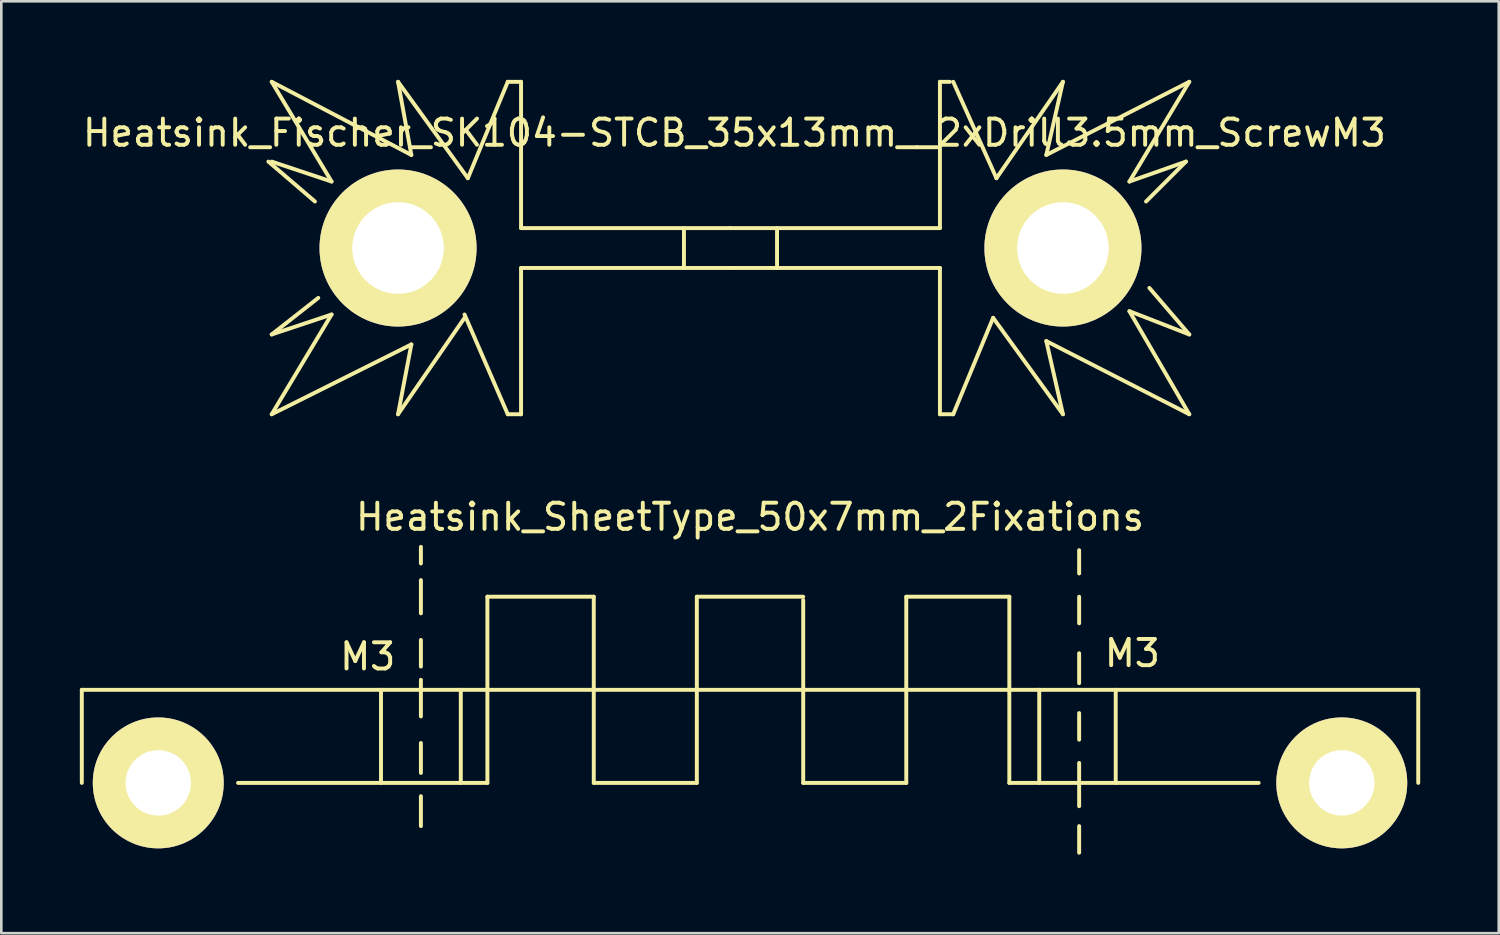
<source format=kicad_pcb>
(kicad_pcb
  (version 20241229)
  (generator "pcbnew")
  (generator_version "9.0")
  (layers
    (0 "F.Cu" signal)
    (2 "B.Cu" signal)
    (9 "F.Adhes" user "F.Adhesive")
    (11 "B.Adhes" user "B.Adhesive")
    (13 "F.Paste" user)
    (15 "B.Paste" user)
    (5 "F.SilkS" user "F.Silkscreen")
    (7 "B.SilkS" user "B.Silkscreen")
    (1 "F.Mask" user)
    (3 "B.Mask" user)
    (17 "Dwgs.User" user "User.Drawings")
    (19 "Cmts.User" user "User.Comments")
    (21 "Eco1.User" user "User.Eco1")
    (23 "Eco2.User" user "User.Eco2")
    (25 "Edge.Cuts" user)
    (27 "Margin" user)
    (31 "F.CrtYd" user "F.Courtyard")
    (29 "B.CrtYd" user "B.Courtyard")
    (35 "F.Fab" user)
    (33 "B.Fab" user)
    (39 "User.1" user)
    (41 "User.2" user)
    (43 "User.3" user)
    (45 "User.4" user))
  (footprint "Heatsink_SheetType_50x7mm_2Fixations"
    (layer "F.Cu")
    (at 25.602 26.858)
    (property "Reference" "Heatsink_SheetType_50x7mm_2Fixations" (at 0 -10.16 0) (layer "F.SilkS") (effects (font (size 1 1) (thickness 0.15))))
    (attr through_hole)
    (fp_line (start -25.527 -3.556) (end -25.527 0) (stroke (width 0.15) (type solid)) (layer "F.SilkS"))
    (fp_line (start -14.097 -3.556) (end -14.097 0) (stroke (width 0.15) (type solid)) (layer "F.SilkS"))
    (fp_line (start -12.573 -9.017) (end -12.573 -8.382) (stroke (width 0.15) (type solid)) (layer "F.SilkS"))
    (fp_line (start -12.573 -7.747) (end -12.573 -6.477) (stroke (width 0.15) (type solid)) (layer "F.SilkS"))
    (fp_line (start -12.573 -5.461) (end -12.573 -4.445) (stroke (width 0.15) (type solid)) (layer "F.SilkS"))
    (fp_line (start -12.573 -3.937) (end -12.573 -2.54) (stroke (width 0.15) (type solid)) (layer "F.SilkS"))
    (fp_line (start -12.573 -1.524) (end -12.573 -0.381) (stroke (width 0.15) (type solid)) (layer "F.SilkS"))
    (fp_line (start -12.573 0.508) (end -12.573 1.651) (stroke (width 0.15) (type solid)) (layer "F.SilkS"))
    (fp_line (start -11.049 -3.556) (end -11.049 0) (stroke (width 0.15) (type solid)) (layer "F.SilkS"))
    (fp_line (start -10.033 -7.112) (end -10.033 0) (stroke (width 0.15) (type solid)) (layer "F.SilkS"))
    (fp_line (start -10.033 0) (end -19.558 0) (stroke (width 0.15) (type solid)) (layer "F.SilkS"))
    (fp_line (start -5.969 -7.112) (end -10.033 -7.112) (stroke (width 0.15) (type solid)) (layer "F.SilkS"))
    (fp_line (start -5.969 -7.112) (end -5.969 0) (stroke (width 0.15) (type solid)) (layer "F.SilkS"))
    (fp_line (start -2.032 -7.112) (end -2.032 0) (stroke (width 0.15) (type solid)) (layer "F.SilkS"))
    (fp_line (start -2.032 0) (end -5.969 0) (stroke (width 0.15) (type solid)) (layer "F.SilkS"))
    (fp_line (start 2.032 -7.112) (end -2.032 -7.112) (stroke (width 0.15) (type solid)) (layer "F.SilkS"))
    (fp_line (start 2.032 -6.985) (end 2.032 0) (stroke (width 0.15) (type solid)) (layer "F.SilkS"))
    (fp_line (start 5.969 -7.112) (end 5.969 0) (stroke (width 0.15) (type solid)) (layer "F.SilkS"))
    (fp_line (start 5.969 0) (end 2.032 0) (stroke (width 0.15) (type solid)) (layer "F.SilkS"))
    (fp_line (start 9.906 -7.112) (end 5.969 -7.112) (stroke (width 0.15) (type solid)) (layer "F.SilkS"))
    (fp_line (start 9.906 -7.112) (end 9.906 0) (stroke (width 0.15) (type solid)) (layer "F.SilkS"))
    (fp_line (start 11.049 -3.556) (end 11.049 0) (stroke (width 0.15) (type solid)) (layer "F.SilkS"))
    (fp_line (start 12.573 -8.89) (end 12.573 -8.001) (stroke (width 0.15) (type solid)) (layer "F.SilkS"))
    (fp_line (start 12.573 -7.112) (end 12.573 -6.096) (stroke (width 0.15) (type solid)) (layer "F.SilkS"))
    (fp_line (start 12.573 -4.953) (end 12.573 -3.81) (stroke (width 0.15) (type solid)) (layer "F.SilkS"))
    (fp_line (start 12.573 -2.667) (end 12.573 -1.651) (stroke (width 0.15) (type solid)) (layer "F.SilkS"))
    (fp_line (start 12.573 -0.762) (end 12.573 0.889) (stroke (width 0.15) (type solid)) (layer "F.SilkS"))
    (fp_line (start 12.573 1.651) (end 12.573 2.667) (stroke (width 0.15) (type solid)) (layer "F.SilkS"))
    (fp_line (start 13.97 -3.556) (end 13.97 0) (stroke (width 0.15) (type solid)) (layer "F.SilkS"))
    (fp_line (start 13.97 0) (end 9.906 0) (stroke (width 0.15) (type solid)) (layer "F.SilkS"))
    (fp_line (start 13.97 0) (end 19.431 0) (stroke (width 0.15) (type solid)) (layer "F.SilkS"))
    (fp_line (start 25.527 -3.556) (end -25.527 -3.556) (stroke (width 0.15) (type solid)) (layer "F.SilkS"))
    (fp_line (start 25.527 0) (end 25.527 -3.556) (stroke (width 0.15) (type solid)) (layer "F.SilkS"))
    (fp_text user "M3" (at 14.605 -4.953 0) (layer "F.SilkS") (effects (font (size 1 1) (thickness 0.15))))
    (fp_text user "M3" (at -14.605 -4.826 0) (layer "F.SilkS") (effects (font (size 1 1) (thickness 0.15))))
    (pad "1" thru_hole circle (at -22.606 0) (size 5.001 5.001) (drill 2.499) (layers "*.Cu" "*.Mask" "F.SilkS"))
    (pad "1" thru_hole circle (at 22.606 0) (size 5.001 5.001) (drill 2.499) (layers "*.Cu" "*.Mask" "F.SilkS")))
  (footprint "Heatsink_Fischer_SK104-STCB_35x13mm__2xDrill3.5mm_ScrewM3"
    (layer "F.Cu")
    (at 24.856 6.425)
    (property "Reference" "Heatsink_Fischer_SK104-STCB_35x13mm__2xDrill3.5mm_ScrewM3" (at 0.15 -4.4 0) (layer "F.SilkS") (effects (font (size 1 1) (thickness 0.15))))
    (attr through_hole)
    (fp_line (start -17.653 -3.302) (end -15.875 -1.778) (stroke (width 0.15) (type solid)) (layer "F.SilkS"))
    (fp_line (start -17.526 -3.302) (end -15.24 -2.54) (stroke (width 0.15) (type solid)) (layer "F.SilkS"))
    (fp_line (start -17.526 3.302) (end -15.748 1.905) (stroke (width 0.15) (type solid)) (layer "F.SilkS"))
    (fp_line (start -17.526 3.302) (end -15.24 2.54) (stroke (width 0.15) (type solid)) (layer "F.SilkS"))
    (fp_line (start -15.24 -2.54) (end -17.526 -6.35) (stroke (width 0.15) (type solid)) (layer "F.SilkS"))
    (fp_line (start -15.24 2.54) (end -17.526 6.35) (stroke (width 0.15) (type solid)) (layer "F.SilkS"))
    (fp_line (start -12.7 -6.35) (end -12.192 -3.556) (stroke (width 0.15) (type solid)) (layer "F.SilkS"))
    (fp_line (start -12.7 6.35) (end -12.192 3.683) (stroke (width 0.15) (type solid)) (layer "F.SilkS"))
    (fp_line (start -12.192 -3.556) (end -17.526 -6.35) (stroke (width 0.15) (type solid)) (layer "F.SilkS"))
    (fp_line (start -12.192 3.683) (end -17.526 6.35) (stroke (width 0.15) (type solid)) (layer "F.SilkS"))
    (fp_line (start -10.16 2.667) (end -12.7 6.35) (stroke (width 0.15) (type solid)) (layer "F.SilkS"))
    (fp_line (start -10.033 -2.667) (end -12.7 -6.35) (stroke (width 0.15) (type solid)) (layer "F.SilkS"))
    (fp_line (start -8.509 -6.35) (end -10.033 -2.667) (stroke (width 0.15) (type solid)) (layer "F.SilkS"))
    (fp_line (start -8.509 6.35) (end -10.16 2.54) (stroke (width 0.15) (type solid)) (layer "F.SilkS"))
    (fp_line (start -8.509 6.35) (end -8.001 6.35) (stroke (width 0.15) (type solid)) (layer "F.SilkS"))
    (fp_line (start -8.001 -6.35) (end -8.509 -6.35) (stroke (width 0.15) (type solid)) (layer "F.SilkS"))
    (fp_line (start -8.001 -0.762) (end -8.001 -6.35) (stroke (width 0.15) (type solid)) (layer "F.SilkS"))
    (fp_line (start -8.001 0.762) (end -8.001 6.35) (stroke (width 0.15) (type solid)) (layer "F.SilkS"))
    (fp_line (start -1.778 -0.762) (end -1.778 0.762) (stroke (width 0.15) (type solid)) (layer "F.SilkS"))
    (fp_line (start 0 -0.762) (end -8.001 -0.762) (stroke (width 0.15) (type solid)) (layer "F.SilkS"))
    (fp_line (start 0 -0.762) (end 8.001 -0.762) (stroke (width 0.15) (type solid)) (layer "F.SilkS"))
    (fp_line (start 0 0.762) (end -8.001 0.762) (stroke (width 0.15) (type solid)) (layer "F.SilkS"))
    (fp_line (start 0 0.762) (end 8.001 0.762) (stroke (width 0.15) (type solid)) (layer "F.SilkS"))
    (fp_line (start 1.778 -0.762) (end 1.778 0.762) (stroke (width 0.15) (type solid)) (layer "F.SilkS"))
    (fp_line (start 8.001 -6.35) (end 8.382 -6.35) (stroke (width 0.15) (type solid)) (layer "F.SilkS"))
    (fp_line (start 8.001 -0.762) (end 8.001 -6.35) (stroke (width 0.15) (type solid)) (layer "F.SilkS"))
    (fp_line (start 8.001 0.762) (end 8.001 6.35) (stroke (width 0.15) (type solid)) (layer "F.SilkS"))
    (fp_line (start 8.001 6.35) (end 8.509 6.35) (stroke (width 0.15) (type solid)) (layer "F.SilkS"))
    (fp_line (start 8.509 -6.35) (end 10.16 -2.667) (stroke (width 0.15) (type solid)) (layer "F.SilkS"))
    (fp_line (start 8.509 6.35) (end 10.033 2.667) (stroke (width 0.15) (type solid)) (layer "F.SilkS"))
    (fp_line (start 10.033 2.667) (end 12.7 6.35) (stroke (width 0.15) (type solid)) (layer "F.SilkS"))
    (fp_line (start 10.16 -2.667) (end 12.7 -6.35) (stroke (width 0.15) (type solid)) (layer "F.SilkS"))
    (fp_line (start 12.065 -3.556) (end 12.7 -6.35) (stroke (width 0.15) (type solid)) (layer "F.SilkS"))
    (fp_line (start 12.065 3.556) (end 17.526 6.35) (stroke (width 0.15) (type solid)) (layer "F.SilkS"))
    (fp_line (start 12.7 6.35) (end 12.065 3.556) (stroke (width 0.15) (type solid)) (layer "F.SilkS"))
    (fp_line (start 15.24 -2.54) (end 17.399 -3.302) (stroke (width 0.15) (type solid)) (layer "F.SilkS"))
    (fp_line (start 15.24 2.413) (end 17.526 3.302) (stroke (width 0.15) (type solid)) (layer "F.SilkS"))
    (fp_line (start 17.399 -3.302) (end 15.875 -1.778) (stroke (width 0.15) (type solid)) (layer "F.SilkS"))
    (fp_line (start 17.526 -6.35) (end 12.065 -3.556) (stroke (width 0.15) (type solid)) (layer "F.SilkS"))
    (fp_line (start 17.526 -6.35) (end 15.24 -2.54) (stroke (width 0.15) (type solid)) (layer "F.SilkS"))
    (fp_line (start 17.526 3.302) (end 16.002 1.524) (stroke (width 0.15) (type solid)) (layer "F.SilkS"))
    (fp_line (start 17.526 6.35) (end 15.24 2.413) (stroke (width 0.15) (type solid)) (layer "F.SilkS"))
    (pad "1" thru_hole circle (at -12.7 0) (size 5.999 5.999) (drill 3.5) (layers "*.Cu" "*.Mask" "F.SilkS"))
    (pad "1" thru_hole circle (at 12.7 0) (size 5.999 5.999) (drill 3.5) (layers "*.Cu" "*.Mask" "F.SilkS")))
  (gr_rect
    (start -3 -3)
    (end 54.204 32.6)
    (stroke (width 0.1) (type default))
    (fill no)
    (layer "Edge.Cuts")))
</source>
